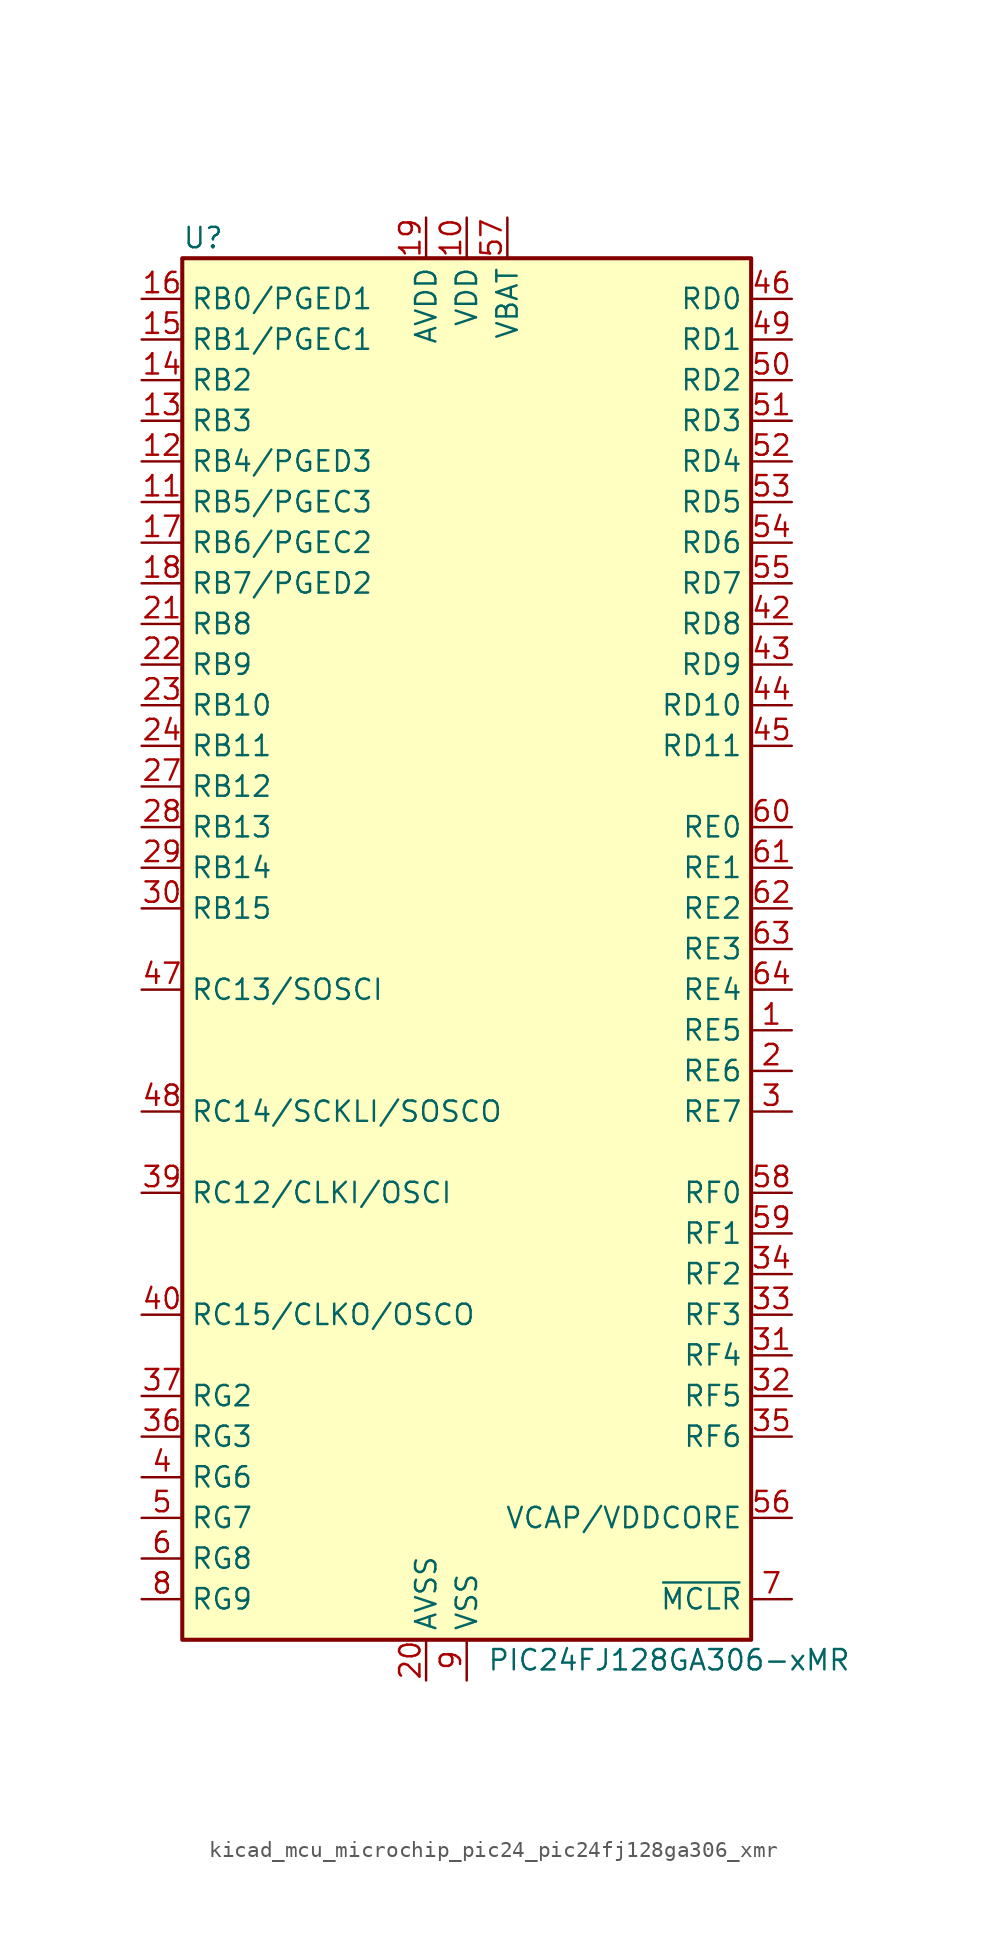
<source format=kicad_sym>
(kicad_symbol_lib
  (version 20220914)
  (generator kicad_symbol_editor)
  (symbol "kicad_mcu_microchip_pic24_pic24fj128ga306_xmr"
    (property "Reference" "U"
      (at -17.78 44.45 0)
      (effects (font (size 1.27 1.27)) (justify left)))
    (property "Value" "PIC24FJ128GA306-xMR"
      (at 1.27 -44.45 0)
      (effects (font (size 1.27 1.27)) (justify left)))
    (symbol "kicad_mcu_microchip_pic24_pic24fj128ga306_xmr_1_1"
      (rectangle (start -17.78 43.18) (end 17.78 -43.18) (stroke (width 0.254) (type default)) (fill (type background)))
      (pin bidirectional line (at 20.32 -5.08 180) (length 2.54) (name "RE5" (effects (font (size 1.27 1.27)))) (number "1" (effects (font (size 1.27 1.27)))) (alternate "CN63" bidirectional line) (alternate "CTED4" bidirectional line) (alternate "LCDBIAS2" bidirectional line) (alternate "PMD5" bidirectional line))
      (pin power_in line (at 0 45.72 270) (length 2.54) (name "VDD" (effects (font (size 1.27 1.27)))) (number "10" (effects (font (size 1.27 1.27)))))
      (pin bidirectional line (at -20.32 27.94 0) (length 2.54) (name "RB5/PGEC3" (effects (font (size 1.27 1.27)))) (number "11" (effects (font (size 1.27 1.27)))) (alternate "AN5" bidirectional line) (alternate "C1INA" bidirectional line) (alternate "CN7" bidirectional line) (alternate "RP18" bidirectional line) (alternate "SEG2" bidirectional line))
      (pin bidirectional line (at -20.32 30.48 0) (length 2.54) (name "RB4/PGED3" (effects (font (size 1.27 1.27)))) (number "12" (effects (font (size 1.27 1.27)))) (alternate "AN4" bidirectional line) (alternate "C1INB" bidirectional line) (alternate "CN6" bidirectional line) (alternate "RP28" bidirectional line) (alternate "SEG3" bidirectional line))
      (pin bidirectional line (at -20.32 33.02 0) (length 2.54) (name "RB3" (effects (font (size 1.27 1.27)))) (number "13" (effects (font (size 1.27 1.27)))) (alternate "AN3" bidirectional line) (alternate "C2INA" bidirectional line) (alternate "CN5" bidirectional line) (alternate "SEG4" bidirectional line))
      (pin bidirectional line (at -20.32 35.56 0) (length 2.54) (name "RB2" (effects (font (size 1.27 1.27)))) (number "14" (effects (font (size 1.27 1.27)))) (alternate "AN2" bidirectional line) (alternate "C2INB" bidirectional line) (alternate "CN4" bidirectional line) (alternate "CTCMP" bidirectional line) (alternate "CTED13" bidirectional line) (alternate "RP13" bidirectional line) (alternate "SEG5" bidirectional line))
      (pin bidirectional line (at -20.32 38.1 0) (length 2.54) (name "RB1/PGEC1" (effects (font (size 1.27 1.27)))) (number "15" (effects (font (size 1.27 1.27)))) (alternate "AN1" bidirectional line) (alternate "CN3" bidirectional line) (alternate "CTED12" bidirectional line) (alternate "CVREF-" bidirectional line) (alternate "RP1" bidirectional line) (alternate "SEG6" bidirectional line))
      (pin bidirectional line (at -20.32 40.64 0) (length 2.54) (name "RB0/PGED1" (effects (font (size 1.27 1.27)))) (number "16" (effects (font (size 1.27 1.27)))) (alternate "AN0" bidirectional line) (alternate "CN2" bidirectional line) (alternate "CVREF+" bidirectional line) (alternate "PMA6" bidirectional line) (alternate "RP0" bidirectional line) (alternate "SEG7" bidirectional line))
      (pin bidirectional line (at -20.32 25.4 0) (length 2.54) (name "RB6/PGEC2" (effects (font (size 1.27 1.27)))) (number "17" (effects (font (size 1.27 1.27)))) (alternate "AN6" bidirectional line) (alternate "CN24" bidirectional line) (alternate "LCDBIAS3" bidirectional line) (alternate "RP6" bidirectional line))
      (pin bidirectional line (at -20.32 22.86 0) (length 2.54) (name "RB7/PGED2" (effects (font (size 1.27 1.27)))) (number "18" (effects (font (size 1.27 1.27)))) (alternate "AN7" bidirectional line) (alternate "CN25" bidirectional line) (alternate "RP7" bidirectional line))
      (pin power_in line (at -2.54 45.72 270) (length 2.54) (name "AVDD" (effects (font (size 1.27 1.27)))) (number "19" (effects (font (size 1.27 1.27)))))
      (pin bidirectional line (at 20.32 -7.62 180) (length 2.54) (name "RE6" (effects (font (size 1.27 1.27)))) (number "2" (effects (font (size 1.27 1.27)))) (alternate "CN64" bidirectional line) (alternate "LCDBIAS1" bidirectional line) (alternate "PMD6" bidirectional line))
      (pin power_in line (at -2.54 -45.72 90) (length 2.54) (name "AVSS" (effects (font (size 1.27 1.27)))) (number "20" (effects (font (size 1.27 1.27)))))
      (pin bidirectional line (at -20.32 20.32 0) (length 2.54) (name "RB8" (effects (font (size 1.27 1.27)))) (number "21" (effects (font (size 1.27 1.27)))) (alternate "AN8" bidirectional line) (alternate "CN26" bidirectional line) (alternate "COM7" bidirectional line) (alternate "RP8" bidirectional line) (alternate "SEG31" bidirectional line))
      (pin bidirectional line (at -20.32 17.78 0) (length 2.54) (name "RB9" (effects (font (size 1.27 1.27)))) (number "22" (effects (font (size 1.27 1.27)))) (alternate "AN9" bidirectional line) (alternate "CN27" bidirectional line) (alternate "COM6" bidirectional line) (alternate "PMA7" bidirectional line) (alternate "RP9" bidirectional line) (alternate "SEG30" bidirectional line))
      (pin bidirectional line (at -20.32 15.24 0) (length 2.54) (name "RB10" (effects (font (size 1.27 1.27)))) (number "23" (effects (font (size 1.27 1.27)))) (alternate "AN10" bidirectional line) (alternate "CN28" bidirectional line) (alternate "COM5" bidirectional line) (alternate "CVREF" bidirectional line) (alternate "PMA13" bidirectional line) (alternate "SEG29" bidirectional line) (alternate "TMS" bidirectional line))
      (pin bidirectional line (at -20.32 12.7 0) (length 2.54) (name "RB11" (effects (font (size 1.27 1.27)))) (number "24" (effects (font (size 1.27 1.27)))) (alternate "AN11" bidirectional line) (alternate "CN29" bidirectional line) (alternate "PMA12" bidirectional line) (alternate "TDO" bidirectional line))
      (pin passive line (at 0 -45.72 90) (length 2.54) hide (name "VSS" (effects (font (size 1.27 1.27)))) (number "25" (effects (font (size 1.27 1.27)))))
      (pin passive line (at 0 45.72 270) (length 2.54) hide (name "VDD" (effects (font (size 1.27 1.27)))) (number "26" (effects (font (size 1.27 1.27)))))
      (pin bidirectional line (at -20.32 10.16 0) (length 2.54) (name "RB12" (effects (font (size 1.27 1.27)))) (number "27" (effects (font (size 1.27 1.27)))) (alternate "AN12" bidirectional line) (alternate "CN30" bidirectional line) (alternate "CTED2" bidirectional line) (alternate "PMA11" bidirectional line) (alternate "SEG18" bidirectional line) (alternate "TCK" bidirectional line))
      (pin bidirectional line (at -20.32 7.62 0) (length 2.54) (name "RB13" (effects (font (size 1.27 1.27)))) (number "28" (effects (font (size 1.27 1.27)))) (alternate "AN13" bidirectional line) (alternate "CN31" bidirectional line) (alternate "CTED1" bidirectional line) (alternate "PMA10" bidirectional line) (alternate "SEG19" bidirectional line) (alternate "TDI" bidirectional line))
      (pin bidirectional line (at -20.32 5.08 0) (length 2.54) (name "RB14" (effects (font (size 1.27 1.27)))) (number "29" (effects (font (size 1.27 1.27)))) (alternate "AN14" bidirectional line) (alternate "CN32" bidirectional line) (alternate "CTED5" bidirectional line) (alternate "CTPLS" bidirectional line) (alternate "PMA1" bidirectional line) (alternate "RP14" bidirectional line) (alternate "SEG8" bidirectional line))
      (pin bidirectional line (at 20.32 -10.16 180) (length 2.54) (name "RE7" (effects (font (size 1.27 1.27)))) (number "3" (effects (font (size 1.27 1.27)))) (alternate "CN65" bidirectional line) (alternate "LCDBIAS0" bidirectional line) (alternate "PMD7" bidirectional line))
      (pin bidirectional line (at -20.32 2.54 0) (length 2.54) (name "RB15" (effects (font (size 1.27 1.27)))) (number "30" (effects (font (size 1.27 1.27)))) (alternate "AN15" bidirectional line) (alternate "CN12" bidirectional line) (alternate "CTED6" bidirectional line) (alternate "PMA0" bidirectional line) (alternate "REFO" bidirectional line) (alternate "RP29" bidirectional line) (alternate "SEG9" bidirectional line))
      (pin bidirectional line (at 20.32 -25.4 180) (length 2.54) (name "RF4" (effects (font (size 1.27 1.27)))) (number "31" (effects (font (size 1.27 1.27)))) (alternate "CN17" bidirectional line) (alternate "PMA9" bidirectional line) (alternate "RP10" bidirectional line) (alternate "SDA2" bidirectional line) (alternate "SEG10" bidirectional line))
      (pin bidirectional line (at 20.32 -27.94 180) (length 2.54) (name "RF5" (effects (font (size 1.27 1.27)))) (number "32" (effects (font (size 1.27 1.27)))) (alternate "CN18" bidirectional line) (alternate "PMA8" bidirectional line) (alternate "RP17" bidirectional line) (alternate "SCL2" bidirectional line) (alternate "SEG11" bidirectional line))
      (pin bidirectional line (at 20.32 -22.86 180) (length 2.54) (name "RF3" (effects (font (size 1.27 1.27)))) (number "33" (effects (font (size 1.27 1.27)))) (alternate "CN71" bidirectional line) (alternate "RP16" bidirectional line) (alternate "SEG12" bidirectional line))
      (pin bidirectional line (at 20.32 -20.32 180) (length 2.54) (name "RF2" (effects (font (size 1.27 1.27)))) (number "34" (effects (font (size 1.27 1.27)))) (alternate "CN70" bidirectional line) (alternate "RP30" bidirectional line))
      (pin bidirectional line (at 20.32 -30.48 180) (length 2.54) (name "RF6" (effects (font (size 1.27 1.27)))) (number "35" (effects (font (size 1.27 1.27)))) (alternate "CN84" bidirectional line) (alternate "INT0" bidirectional line))
      (pin bidirectional line (at -20.32 -30.48 0) (length 2.54) (name "RG3" (effects (font (size 1.27 1.27)))) (number "36" (effects (font (size 1.27 1.27)))) (alternate "CN73" bidirectional line) (alternate "SDA1" bidirectional line) (alternate "SEG47" bidirectional line))
      (pin bidirectional line (at -20.32 -27.94 0) (length 2.54) (name "RG2" (effects (font (size 1.27 1.27)))) (number "37" (effects (font (size 1.27 1.27)))) (alternate "CN72" bidirectional line) (alternate "SCL1" bidirectional line) (alternate "SEG28" bidirectional line))
      (pin passive line (at 0 45.72 270) (length 2.54) hide (name "VDD" (effects (font (size 1.27 1.27)))) (number "38" (effects (font (size 1.27 1.27)))))
      (pin bidirectional line (at -20.32 -15.24 0) (length 2.54) (name "RC12/CLKI/OSCI" (effects (font (size 1.27 1.27)))) (number "39" (effects (font (size 1.27 1.27)))) (alternate "CN23" bidirectional line))
      (pin bidirectional line (at -20.32 -33.02 0) (length 2.54) (name "RG6" (effects (font (size 1.27 1.27)))) (number "4" (effects (font (size 1.27 1.27)))) (alternate "C1IND" bidirectional line) (alternate "CN8" bidirectional line) (alternate "PMA5" bidirectional line) (alternate "RP21" bidirectional line) (alternate "SEG0" bidirectional line))
      (pin bidirectional line (at -20.32 -22.86 0) (length 2.54) (name "RC15/CLKO/OSCO" (effects (font (size 1.27 1.27)))) (number "40" (effects (font (size 1.27 1.27)))) (alternate "CN22" bidirectional line))
      (pin passive line (at 0 -45.72 90) (length 2.54) hide (name "VSS" (effects (font (size 1.27 1.27)))) (number "41" (effects (font (size 1.27 1.27)))))
      (pin bidirectional line (at 20.32 20.32 180) (length 2.54) (name "RD8" (effects (font (size 1.27 1.27)))) (number "42" (effects (font (size 1.27 1.27)))) (alternate "CN53" bidirectional line) (alternate "RP2" bidirectional line) (alternate "RTCC" bidirectional line) (alternate "SEG13" bidirectional line))
      (pin bidirectional line (at 20.32 17.78 180) (length 2.54) (name "RD9" (effects (font (size 1.27 1.27)))) (number "43" (effects (font (size 1.27 1.27)))) (alternate "CN54" bidirectional line) (alternate "PMACK2" bidirectional line) (alternate "RP4" bidirectional line) (alternate "SEG14" bidirectional line))
      (pin bidirectional line (at 20.32 15.24 180) (length 2.54) (name "RD10" (effects (font (size 1.27 1.27)))) (number "44" (effects (font (size 1.27 1.27)))) (alternate "C3IND" bidirectional line) (alternate "CN55" bidirectional line) (alternate "CS2" bidirectional line) (alternate "PMA15" bidirectional line) (alternate "RP3" bidirectional line) (alternate "SEG15" bidirectional line))
      (pin bidirectional line (at 20.32 12.7 180) (length 2.54) (name "RD11" (effects (font (size 1.27 1.27)))) (number "45" (effects (font (size 1.27 1.27)))) (alternate "C3INC" bidirectional line) (alternate "CN56" bidirectional line) (alternate "CS1" bidirectional line) (alternate "PMA14" bidirectional line) (alternate "RP12" bidirectional line) (alternate "SEG16" bidirectional line))
      (pin bidirectional line (at 20.32 40.64 180) (length 2.54) (name "RD0" (effects (font (size 1.27 1.27)))) (number "46" (effects (font (size 1.27 1.27)))) (alternate "CN49" bidirectional line) (alternate "RP11" bidirectional line) (alternate "SEG17" bidirectional line))
      (pin bidirectional line (at -20.32 -2.54 0) (length 2.54) (name "RC13/SOSCI" (effects (font (size 1.27 1.27)))) (number "47" (effects (font (size 1.27 1.27)))))
      (pin bidirectional line (at -20.32 -10.16 0) (length 2.54) (name "RC14/SCKLI/SOSCO" (effects (font (size 1.27 1.27)))) (number "48" (effects (font (size 1.27 1.27)))) (alternate "RPI37" bidirectional line))
      (pin bidirectional line (at 20.32 38.1 180) (length 2.54) (name "RD1" (effects (font (size 1.27 1.27)))) (number "49" (effects (font (size 1.27 1.27)))) (alternate "CN50" bidirectional line) (alternate "RP24" bidirectional line) (alternate "SEG20" bidirectional line))
      (pin bidirectional line (at -20.32 -35.56 0) (length 2.54) (name "RG7" (effects (font (size 1.27 1.27)))) (number "5" (effects (font (size 1.27 1.27)))) (alternate "C1INC" bidirectional line) (alternate "CN9" bidirectional line) (alternate "PMA4" bidirectional line) (alternate "RP26" bidirectional line) (alternate "VLCAP1" bidirectional line))
      (pin bidirectional line (at 20.32 35.56 180) (length 2.54) (name "RD2" (effects (font (size 1.27 1.27)))) (number "50" (effects (font (size 1.27 1.27)))) (alternate "CN51" bidirectional line) (alternate "PMACK1" bidirectional line) (alternate "RP23" bidirectional line) (alternate "SEG21" bidirectional line))
      (pin bidirectional line (at 20.32 33.02 180) (length 2.54) (name "RD3" (effects (font (size 1.27 1.27)))) (number "51" (effects (font (size 1.27 1.27)))) (alternate "CN52" bidirectional line) (alternate "PMBE0" bidirectional line) (alternate "RP22" bidirectional line) (alternate "SEG22" bidirectional line))
      (pin bidirectional line (at 20.32 30.48 180) (length 2.54) (name "RD4" (effects (font (size 1.27 1.27)))) (number "52" (effects (font (size 1.27 1.27)))) (alternate "CN13" bidirectional line) (alternate "PMWR" bidirectional line) (alternate "RP25" bidirectional line) (alternate "SEG23" bidirectional line))
      (pin bidirectional line (at 20.32 27.94 180) (length 2.54) (name "RD5" (effects (font (size 1.27 1.27)))) (number "53" (effects (font (size 1.27 1.27)))) (alternate "CN14" bidirectional line) (alternate "PMRD" bidirectional line) (alternate "RP20" bidirectional line) (alternate "SEG24" bidirectional line))
      (pin bidirectional line (at 20.32 25.4 180) (length 2.54) (name "RD6" (effects (font (size 1.27 1.27)))) (number "54" (effects (font (size 1.27 1.27)))) (alternate "C3INB" bidirectional line) (alternate "CN15" bidirectional line) (alternate "SEG25" bidirectional line))
      (pin bidirectional line (at 20.32 22.86 180) (length 2.54) (name "RD7" (effects (font (size 1.27 1.27)))) (number "55" (effects (font (size 1.27 1.27)))) (alternate "C3INA" bidirectional line) (alternate "CN16" bidirectional line) (alternate "SEG26" bidirectional line))
      (pin passive line (at 20.32 -35.56 180) (length 2.54) (name "VCAP/VDDCORE" (effects (font (size 1.27 1.27)))) (number "56" (effects (font (size 1.27 1.27)))))
      (pin power_in line (at 2.54 45.72 270) (length 2.54) (name "VBAT" (effects (font (size 1.27 1.27)))) (number "57" (effects (font (size 1.27 1.27)))))
      (pin bidirectional line (at 20.32 -15.24 180) (length 2.54) (name "RF0" (effects (font (size 1.27 1.27)))) (number "58" (effects (font (size 1.27 1.27)))) (alternate "CN68" bidirectional line) (alternate "SEG27" bidirectional line))
      (pin bidirectional line (at 20.32 -17.78 180) (length 2.54) (name "RF1" (effects (font (size 1.27 1.27)))) (number "59" (effects (font (size 1.27 1.27)))) (alternate "CN69" bidirectional line) (alternate "COM4" bidirectional line) (alternate "SEG48" bidirectional line))
      (pin bidirectional line (at -20.32 -38.1 0) (length 2.54) (name "RG8" (effects (font (size 1.27 1.27)))) (number "6" (effects (font (size 1.27 1.27)))) (alternate "C2IND" bidirectional line) (alternate "CN10" bidirectional line) (alternate "PMA3" bidirectional line) (alternate "RP19" bidirectional line) (alternate "VLCAP2" bidirectional line))
      (pin bidirectional line (at 20.32 7.62 180) (length 2.54) (name "RE0" (effects (font (size 1.27 1.27)))) (number "60" (effects (font (size 1.27 1.27)))) (alternate "CN58" bidirectional line) (alternate "COM3" bidirectional line) (alternate "PMD0" bidirectional line))
      (pin bidirectional line (at 20.32 5.08 180) (length 2.54) (name "RE1" (effects (font (size 1.27 1.27)))) (number "61" (effects (font (size 1.27 1.27)))) (alternate "CN59" bidirectional line) (alternate "COM2" bidirectional line) (alternate "PMD1" bidirectional line))
      (pin bidirectional line (at 20.32 2.54 180) (length 2.54) (name "RE2" (effects (font (size 1.27 1.27)))) (number "62" (effects (font (size 1.27 1.27)))) (alternate "CN60" bidirectional line) (alternate "COM1" bidirectional line) (alternate "PMD2" bidirectional line))
      (pin bidirectional line (at 20.32 0 180) (length 2.54) (name "RE3" (effects (font (size 1.27 1.27)))) (number "63" (effects (font (size 1.27 1.27)))) (alternate "CN61" bidirectional line) (alternate "COM0" bidirectional line) (alternate "CTED9" bidirectional line) (alternate "PMD3" bidirectional line))
      (pin bidirectional line (at 20.32 -2.54 180) (length 2.54) (name "RE4" (effects (font (size 1.27 1.27)))) (number "64" (effects (font (size 1.27 1.27)))) (alternate "CN62" bidirectional line) (alternate "CTED8" bidirectional line) (alternate "HLVDIN" bidirectional line) (alternate "PMD4" bidirectional line))
      (pin input line (at 20.32 -40.64 180) (length 2.54) (name "~{MCLR}" (effects (font (size 1.27 1.27)))) (number "7" (effects (font (size 1.27 1.27)))))
      (pin bidirectional line (at -20.32 -40.64 0) (length 2.54) (name "RG9" (effects (font (size 1.27 1.27)))) (number "8" (effects (font (size 1.27 1.27)))) (alternate "C2INC" bidirectional line) (alternate "CN11" bidirectional line) (alternate "PMA2" bidirectional line) (alternate "RP27" bidirectional line) (alternate "SEG1" bidirectional line))
      (pin power_in line (at 0 -45.72 90) (length 2.54) (name "VSS" (effects (font (size 1.27 1.27)))) (number "9" (effects (font (size 1.27 1.27))))))))
</source>
